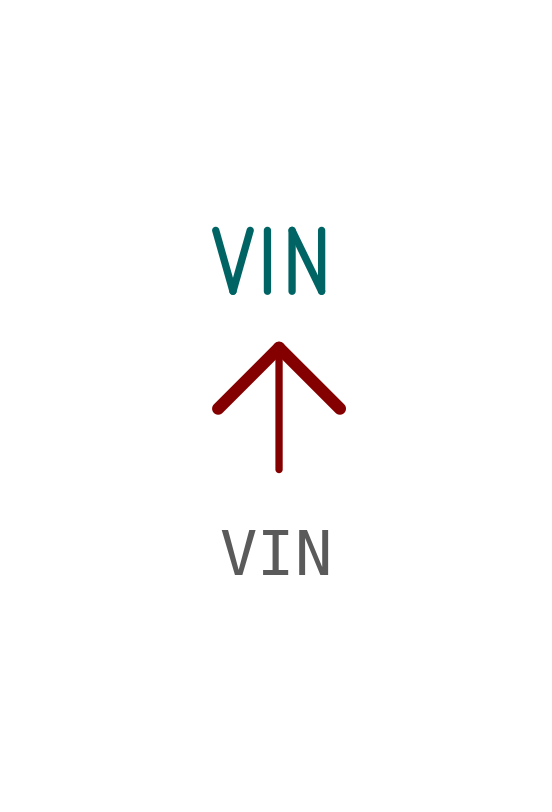
<source format=kicad_sym>
(kicad_symbol_lib
  (version 20211014)
  (generator kicad_symbol_editor)
  (symbol "VIN"
    (power)
    (property "Reference" ""
      (at 0 0 0)
      (effects (font (size 1.27 1.27)) hide))
    (property "Value" "VIN"
      (at -1.524 1.016 0)
      (effects (font (size 1.27 1.079)) (justify left bottom)))
    (property "ki_locked" ""
      (at 0 0 0)
      (effects (font (size 1.27 1.27))))
    (symbol "VIN_1_0"
      (polyline (pts (xy -1.27 -1.27) (xy 0 0)) (stroke (width 0.254) (type default) (color 0 0 0 0)) (fill (type none)))
      (polyline (pts (xy 0 0) (xy 1.27 -1.27)) (stroke (width 0.254) (type default) (color 0 0 0 0)) (fill (type none)))
      (pin power_in line (at 0 -2.54 90) (length 2.54) (name "VIN" (effects (font (size 0 0)))) (number "1" (effects (font (size 0 0))))))))
</source>
